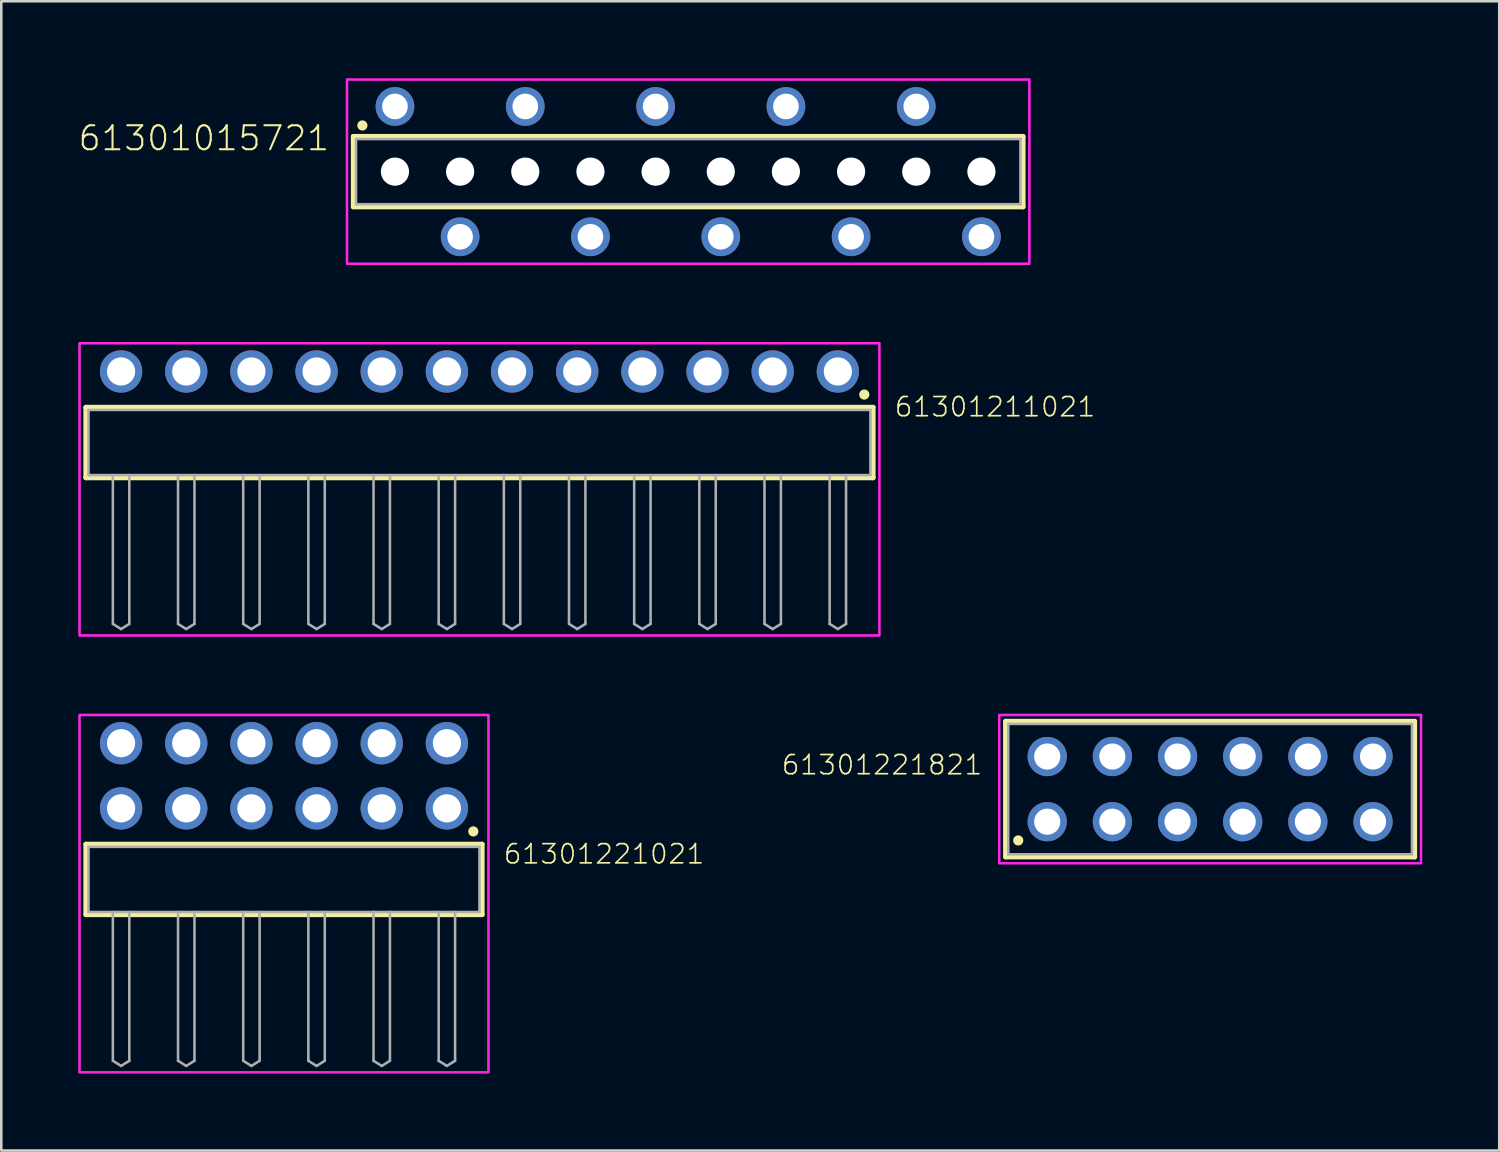
<source format=kicad_pcb>
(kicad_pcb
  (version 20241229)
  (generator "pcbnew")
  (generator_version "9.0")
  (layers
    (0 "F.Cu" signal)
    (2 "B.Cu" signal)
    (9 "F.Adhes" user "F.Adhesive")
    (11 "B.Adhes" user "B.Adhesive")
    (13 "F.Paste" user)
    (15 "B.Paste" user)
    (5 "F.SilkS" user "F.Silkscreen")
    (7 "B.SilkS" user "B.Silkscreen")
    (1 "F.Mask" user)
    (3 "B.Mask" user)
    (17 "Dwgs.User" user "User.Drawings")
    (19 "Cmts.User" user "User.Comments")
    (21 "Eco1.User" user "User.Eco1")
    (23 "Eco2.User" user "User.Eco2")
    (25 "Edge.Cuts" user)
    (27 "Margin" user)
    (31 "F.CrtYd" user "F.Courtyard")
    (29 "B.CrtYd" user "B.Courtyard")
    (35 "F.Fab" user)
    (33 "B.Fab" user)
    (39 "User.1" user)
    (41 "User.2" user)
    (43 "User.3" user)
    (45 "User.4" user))
  (footprint "61301221021"
    (layer "F.Cu")
    (at 8.02 31.23)
    (property "Reference" "61301221021" (at 8.515 -0.552 0) (unlocked yes) (layer "F.SilkS") (effects (font (size 0.748 0.748) (thickness 0.065)) (justify left bottom)))
    (fp_line (start -7.72 -1.37) (end 7.72 -1.37) (stroke (width 0.2) (type solid)) (layer "F.SilkS"))
    (fp_line (start -7.72 1.37) (end -7.72 -1.37) (stroke (width 0.2) (type solid)) (layer "F.SilkS"))
    (fp_line (start 7.72 -1.37) (end 7.72 1.37) (stroke (width 0.2) (type solid)) (layer "F.SilkS"))
    (fp_line (start 7.72 1.37) (end -7.72 1.37) (stroke (width 0.2) (type solid)) (layer "F.SilkS"))
    (fp_circle (center 7.38 -1.87) (end 7.48 -1.87) (stroke (width 0.2) (type solid)) (fill no) (layer "F.SilkS"))
    (fp_poly (pts (xy 7.97 7.52) (xy -7.97 7.52) (xy -7.97 -6.41) (xy 7.97 -6.41)) (stroke (width 0.1) (type default)) (fill no) (layer "F.CrtYd"))
    (fp_line (start -7.62 -1.27) (end 7.62 -1.27) (stroke (width 0.1) (type solid)) (layer "F.Fab"))
    (fp_line (start -7.62 1.27) (end -7.62 -1.27) (stroke (width 0.1) (type solid)) (layer "F.Fab"))
    (fp_line (start -6.67 1.27) (end -6.67 7.07) (stroke (width 0.1) (type solid)) (layer "F.Fab"))
    (fp_line (start -6.67 7.07) (end -6.35 7.27) (stroke (width 0.1) (type solid)) (layer "F.Fab"))
    (fp_line (start -6.35 7.27) (end -6.03 7.07) (stroke (width 0.1) (type solid)) (layer "F.Fab"))
    (fp_line (start -6.03 1.27) (end -6.03 7.07) (stroke (width 0.1) (type solid)) (layer "F.Fab"))
    (fp_line (start -4.13 1.27) (end -4.13 7.07) (stroke (width 0.1) (type solid)) (layer "F.Fab"))
    (fp_line (start -4.13 7.07) (end -3.81 7.27) (stroke (width 0.1) (type solid)) (layer "F.Fab"))
    (fp_line (start -3.81 7.27) (end -3.49 7.07) (stroke (width 0.1) (type solid)) (layer "F.Fab"))
    (fp_line (start -3.49 1.27) (end -3.49 7.07) (stroke (width 0.1) (type solid)) (layer "F.Fab"))
    (fp_line (start -1.59 1.27) (end -1.59 7.07) (stroke (width 0.1) (type solid)) (layer "F.Fab"))
    (fp_line (start -1.59 7.07) (end -1.27 7.27) (stroke (width 0.1) (type solid)) (layer "F.Fab"))
    (fp_line (start -1.27 7.27) (end -0.95 7.07) (stroke (width 0.1) (type solid)) (layer "F.Fab"))
    (fp_line (start -0.95 1.27) (end -0.95 7.07) (stroke (width 0.1) (type solid)) (layer "F.Fab"))
    (fp_line (start 0.95 1.27) (end 0.95 7.07) (stroke (width 0.1) (type solid)) (layer "F.Fab"))
    (fp_line (start 0.95 7.07) (end 1.27 7.27) (stroke (width 0.1) (type solid)) (layer "F.Fab"))
    (fp_line (start 1.27 7.27) (end 1.59 7.07) (stroke (width 0.1) (type solid)) (layer "F.Fab"))
    (fp_line (start 1.59 1.27) (end 1.59 7.07) (stroke (width 0.1) (type solid)) (layer "F.Fab"))
    (fp_line (start 3.49 1.27) (end -7.62 1.27) (stroke (width 0.1) (type solid)) (layer "F.Fab"))
    (fp_line (start 3.49 1.27) (end 3.49 7.07) (stroke (width 0.1) (type solid)) (layer "F.Fab"))
    (fp_line (start 3.49 7.07) (end 3.81 7.27) (stroke (width 0.1) (type solid)) (layer "F.Fab"))
    (fp_line (start 3.81 7.27) (end 4.13 7.07) (stroke (width 0.1) (type solid)) (layer "F.Fab"))
    (fp_line (start 4.13 1.27) (end 3.49 1.27) (stroke (width 0.1) (type solid)) (layer "F.Fab"))
    (fp_line (start 4.13 1.27) (end 4.13 7.07) (stroke (width 0.1) (type solid)) (layer "F.Fab"))
    (fp_line (start 6.03 1.27) (end 6.03 7.07) (stroke (width 0.1) (type solid)) (layer "F.Fab"))
    (fp_line (start 6.03 7.07) (end 6.35 7.27) (stroke (width 0.1) (type solid)) (layer "F.Fab"))
    (fp_line (start 6.35 7.27) (end 6.67 7.07) (stroke (width 0.1) (type solid)) (layer "F.Fab"))
    (fp_line (start 6.67 1.27) (end 6.67 7.07) (stroke (width 0.1) (type solid)) (layer "F.Fab"))
    (fp_line (start 7.62 -1.27) (end 7.62 1.27) (stroke (width 0.1) (type solid)) (layer "F.Fab"))
    (fp_line (start 7.62 1.27) (end 4.13 1.27) (stroke (width 0.1) (type solid)) (layer "F.Fab"))
    (pad "1" thru_hole circle (at 6.35 -2.77) (size 1.65 1.65) (drill 1.1) (layers "*.Cu" "*.Mask"))
    (pad "2" thru_hole circle (at 6.35 -5.31) (size 1.65 1.65) (drill 1.1) (layers "*.Cu" "*.Mask"))
    (pad "3" thru_hole circle (at 3.81 -2.77) (size 1.65 1.65) (drill 1.1) (layers "*.Cu" "*.Mask"))
    (pad "4" thru_hole circle (at 3.81 -5.31) (size 1.65 1.65) (drill 1.1) (layers "*.Cu" "*.Mask"))
    (pad "5" thru_hole circle (at 1.27 -2.77) (size 1.65 1.65) (drill 1.1) (layers "*.Cu" "*.Mask"))
    (pad "6" thru_hole circle (at 1.27 -5.31) (size 1.65 1.65) (drill 1.1) (layers "*.Cu" "*.Mask"))
    (pad "7" thru_hole circle (at -1.27 -2.77) (size 1.65 1.65) (drill 1.1) (layers "*.Cu" "*.Mask"))
    (pad "8" thru_hole circle (at -1.27 -5.31) (size 1.65 1.65) (drill 1.1) (layers "*.Cu" "*.Mask"))
    (pad "9" thru_hole circle (at -3.81 -2.77) (size 1.65 1.65) (drill 1.1) (layers "*.Cu" "*.Mask"))
    (pad "10" thru_hole circle (at -3.81 -5.31) (size 1.65 1.65) (drill 1.1) (layers "*.Cu" "*.Mask"))
    (pad "11" thru_hole circle (at -6.35 -2.77) (size 1.65 1.65) (drill 1.1) (layers "*.Cu" "*.Mask"))
    (pad "12" thru_hole circle (at -6.35 -5.31) (size 1.65 1.65) (drill 1.1) (layers "*.Cu" "*.Mask")))
  (footprint "61301211021"
    (layer "F.Cu")
    (at 15.64 14.2)
    (property "Reference" "61301211021" (at 16.135 -0.952 0) (unlocked yes) (layer "F.SilkS") (effects (font (size 0.748 0.748) (thickness 0.065)) (justify left bottom)))
    (fp_line (start -15.34 -1.37) (end 15.34 -1.37) (stroke (width 0.2) (type solid)) (layer "F.SilkS"))
    (fp_line (start -15.34 1.37) (end -15.34 -1.37) (stroke (width 0.2) (type solid)) (layer "F.SilkS"))
    (fp_line (start 15.34 -1.37) (end 15.34 1.37) (stroke (width 0.2) (type solid)) (layer "F.SilkS"))
    (fp_line (start 15.34 1.37) (end -15.34 1.37) (stroke (width 0.2) (type solid)) (layer "F.SilkS"))
    (fp_circle (center 15 -1.87) (end 15.1 -1.87) (stroke (width 0.2) (type solid)) (fill no) (layer "F.SilkS"))
    (fp_poly (pts (xy 15.59 7.52) (xy -15.59 7.52) (xy -15.59 -3.87) (xy 15.59 -3.87)) (stroke (width 0.1) (type default)) (fill no) (layer "F.CrtYd"))
    (fp_line (start -15.24 -1.27) (end 15.24 -1.27) (stroke (width 0.1) (type solid)) (layer "F.Fab"))
    (fp_line (start -15.24 1.27) (end -15.24 -1.27) (stroke (width 0.1) (type solid)) (layer "F.Fab"))
    (fp_line (start -14.29 1.27) (end -14.29 7.07) (stroke (width 0.1) (type solid)) (layer "F.Fab"))
    (fp_line (start -14.29 7.07) (end -13.97 7.27) (stroke (width 0.1) (type solid)) (layer "F.Fab"))
    (fp_line (start -13.97 7.27) (end -13.65 7.07) (stroke (width 0.1) (type solid)) (layer "F.Fab"))
    (fp_line (start -13.65 1.27) (end -13.65 7.07) (stroke (width 0.1) (type solid)) (layer "F.Fab"))
    (fp_line (start -11.75 1.27) (end -11.75 7.07) (stroke (width 0.1) (type solid)) (layer "F.Fab"))
    (fp_line (start -11.75 7.07) (end -11.43 7.27) (stroke (width 0.1) (type solid)) (layer "F.Fab"))
    (fp_line (start -11.43 7.27) (end -11.11 7.07) (stroke (width 0.1) (type solid)) (layer "F.Fab"))
    (fp_line (start -11.11 1.27) (end -11.11 7.07) (stroke (width 0.1) (type solid)) (layer "F.Fab"))
    (fp_line (start -9.21 1.27) (end -9.21 7.07) (stroke (width 0.1) (type solid)) (layer "F.Fab"))
    (fp_line (start -9.21 7.07) (end -8.89 7.27) (stroke (width 0.1) (type solid)) (layer "F.Fab"))
    (fp_line (start -8.89 7.27) (end -8.57 7.07) (stroke (width 0.1) (type solid)) (layer "F.Fab"))
    (fp_line (start -8.57 1.27) (end -8.57 7.07) (stroke (width 0.1) (type solid)) (layer "F.Fab"))
    (fp_line (start -6.67 1.27) (end -6.67 7.07) (stroke (width 0.1) (type solid)) (layer "F.Fab"))
    (fp_line (start -6.67 7.07) (end -6.35 7.27) (stroke (width 0.1) (type solid)) (layer "F.Fab"))
    (fp_line (start -6.35 7.27) (end -6.03 7.07) (stroke (width 0.1) (type solid)) (layer "F.Fab"))
    (fp_line (start -6.03 1.27) (end -6.03 7.07) (stroke (width 0.1) (type solid)) (layer "F.Fab"))
    (fp_line (start -4.13 1.27) (end -4.13 7.07) (stroke (width 0.1) (type solid)) (layer "F.Fab"))
    (fp_line (start -4.13 7.07) (end -3.81 7.27) (stroke (width 0.1) (type solid)) (layer "F.Fab"))
    (fp_line (start -3.81 7.27) (end -3.49 7.07) (stroke (width 0.1) (type solid)) (layer "F.Fab"))
    (fp_line (start -3.49 1.27) (end -3.49 7.07) (stroke (width 0.1) (type solid)) (layer "F.Fab"))
    (fp_line (start -1.59 1.27) (end -1.59 7.07) (stroke (width 0.1) (type solid)) (layer "F.Fab"))
    (fp_line (start -1.59 7.07) (end -1.27 7.27) (stroke (width 0.1) (type solid)) (layer "F.Fab"))
    (fp_line (start -1.27 7.27) (end -0.95 7.07) (stroke (width 0.1) (type solid)) (layer "F.Fab"))
    (fp_line (start -0.95 1.27) (end -0.95 7.07) (stroke (width 0.1) (type solid)) (layer "F.Fab"))
    (fp_line (start 0.95 1.27) (end 0.95 7.07) (stroke (width 0.1) (type solid)) (layer "F.Fab"))
    (fp_line (start 0.95 7.07) (end 1.27 7.27) (stroke (width 0.1) (type solid)) (layer "F.Fab"))
    (fp_line (start 1.27 7.27) (end 1.59 7.07) (stroke (width 0.1) (type solid)) (layer "F.Fab"))
    (fp_line (start 1.59 1.27) (end 1.59 7.07) (stroke (width 0.1) (type solid)) (layer "F.Fab"))
    (fp_line (start 3.49 1.27) (end 3.49 7.07) (stroke (width 0.1) (type solid)) (layer "F.Fab"))
    (fp_line (start 3.49 7.07) (end 3.81 7.27) (stroke (width 0.1) (type solid)) (layer "F.Fab"))
    (fp_line (start 3.81 7.27) (end 4.13 7.07) (stroke (width 0.1) (type solid)) (layer "F.Fab"))
    (fp_line (start 4.13 1.27) (end 4.13 7.07) (stroke (width 0.1) (type solid)) (layer "F.Fab"))
    (fp_line (start 6.03 1.27) (end 6.03 7.07) (stroke (width 0.1) (type solid)) (layer "F.Fab"))
    (fp_line (start 6.03 7.07) (end 6.35 7.27) (stroke (width 0.1) (type solid)) (layer "F.Fab"))
    (fp_line (start 6.35 7.27) (end 6.67 7.07) (stroke (width 0.1) (type solid)) (layer "F.Fab"))
    (fp_line (start 6.67 1.27) (end 6.67 7.07) (stroke (width 0.1) (type solid)) (layer "F.Fab"))
    (fp_line (start 8.57 1.27) (end 8.57 7.07) (stroke (width 0.1) (type solid)) (layer "F.Fab"))
    (fp_line (start 8.57 7.07) (end 8.89 7.27) (stroke (width 0.1) (type solid)) (layer "F.Fab"))
    (fp_line (start 8.89 7.27) (end 9.21 7.07) (stroke (width 0.1) (type solid)) (layer "F.Fab"))
    (fp_line (start 9.21 1.27) (end 9.21 7.07) (stroke (width 0.1) (type solid)) (layer "F.Fab"))
    (fp_line (start 11.11 1.27) (end -15.24 1.27) (stroke (width 0.1) (type solid)) (layer "F.Fab"))
    (fp_line (start 11.11 1.27) (end 11.11 7.07) (stroke (width 0.1) (type solid)) (layer "F.Fab"))
    (fp_line (start 11.11 7.07) (end 11.43 7.27) (stroke (width 0.1) (type solid)) (layer "F.Fab"))
    (fp_line (start 11.43 7.27) (end 11.75 7.07) (stroke (width 0.1) (type solid)) (layer "F.Fab"))
    (fp_line (start 11.75 1.27) (end 11.11 1.27) (stroke (width 0.1) (type solid)) (layer "F.Fab"))
    (fp_line (start 11.75 1.27) (end 11.75 7.07) (stroke (width 0.1) (type solid)) (layer "F.Fab"))
    (fp_line (start 13.65 1.27) (end 13.65 7.07) (stroke (width 0.1) (type solid)) (layer "F.Fab"))
    (fp_line (start 13.65 7.07) (end 13.97 7.27) (stroke (width 0.1) (type solid)) (layer "F.Fab"))
    (fp_line (start 13.97 7.27) (end 14.29 7.07) (stroke (width 0.1) (type solid)) (layer "F.Fab"))
    (fp_line (start 14.29 1.27) (end 14.29 7.07) (stroke (width 0.1) (type solid)) (layer "F.Fab"))
    (fp_line (start 15.24 -1.27) (end 15.24 1.27) (stroke (width 0.1) (type solid)) (layer "F.Fab"))
    (fp_line (start 15.24 1.27) (end 11.75 1.27) (stroke (width 0.1) (type solid)) (layer "F.Fab"))
    (pad "1" thru_hole circle (at 13.97 -2.77 180) (size 1.65 1.65) (drill 1.1) (layers "*.Cu" "*.Mask"))
    (pad "2" thru_hole circle (at 11.43 -2.77 180) (size 1.65 1.65) (drill 1.1) (layers "*.Cu" "*.Mask"))
    (pad "3" thru_hole circle (at 8.89 -2.77 180) (size 1.65 1.65) (drill 1.1) (layers "*.Cu" "*.Mask"))
    (pad "4" thru_hole circle (at 6.35 -2.77 180) (size 1.65 1.65) (drill 1.1) (layers "*.Cu" "*.Mask"))
    (pad "5" thru_hole circle (at 3.81 -2.77 180) (size 1.65 1.65) (drill 1.1) (layers "*.Cu" "*.Mask"))
    (pad "6" thru_hole circle (at 1.27 -2.77 180) (size 1.65 1.65) (drill 1.1) (layers "*.Cu" "*.Mask"))
    (pad "7" thru_hole circle (at -1.27 -2.77 180) (size 1.65 1.65) (drill 1.1) (layers "*.Cu" "*.Mask"))
    (pad "8" thru_hole circle (at -3.81 -2.77 180) (size 1.65 1.65) (drill 1.1) (layers "*.Cu" "*.Mask"))
    (pad "9" thru_hole circle (at -6.35 -2.77 180) (size 1.65 1.65) (drill 1.1) (layers "*.Cu" "*.Mask"))
    (pad "10" thru_hole circle (at -8.89 -2.77 180) (size 1.65 1.65) (drill 1.1) (layers "*.Cu" "*.Mask"))
    (pad "11" thru_hole circle (at -11.43 -2.77 180) (size 1.65 1.65) (drill 1.1) (layers "*.Cu" "*.Mask"))
    (pad "12" thru_hole circle (at -13.97 -2.77 180) (size 1.65 1.65) (drill 1.1) (layers "*.Cu" "*.Mask")))
  (footprint "61301015721"
    (layer "F.Cu")
    (at 23.776 3.64)
    (property "Reference" "61301015721" (at -13.927 -0.754 0) (unlocked yes) (layer "F.SilkS") (effects (font (size 0.935 0.935) (thickness 0.081)) (justify right bottom)))
    (fp_line (start -13.05 -1.37) (end 13.05 -1.37) (stroke (width 0.2) (type solid)) (layer "F.SilkS"))
    (fp_line (start -13.05 1.37) (end -13.05 -1.37) (stroke (width 0.2) (type solid)) (layer "F.SilkS"))
    (fp_line (start 13.05 -1.37) (end 13.05 1.37) (stroke (width 0.2) (type solid)) (layer "F.SilkS"))
    (fp_line (start 13.05 1.37) (end -13.05 1.37) (stroke (width 0.2) (type solid)) (layer "F.SilkS"))
    (fp_circle (center -12.7 -1.8) (end -12.6 -1.8) (stroke (width 0.2) (type solid)) (fill no) (layer "F.SilkS"))
    (fp_poly (pts (xy 13.3 3.59) (xy -13.3 3.59) (xy -13.3 -3.59) (xy 13.3 -3.59)) (stroke (width 0.1) (type default)) (fill no) (layer "F.CrtYd"))
    (fp_line (start -12.95 -1.27) (end 12.95 -1.27) (stroke (width 0.1) (type solid)) (layer "F.Fab"))
    (fp_line (start -12.95 1.27) (end -12.95 -1.27) (stroke (width 0.1) (type solid)) (layer "F.Fab"))
    (fp_line (start 12.95 -1.27) (end 12.95 1.27) (stroke (width 0.1) (type solid)) (layer "F.Fab"))
    (fp_line (start 12.95 1.27) (end -12.95 1.27) (stroke (width 0.1) (type solid)) (layer "F.Fab"))
    (pad "" np_thru_hole circle (at -11.43 0) (size 1.1 1.1) (drill 1.1) (layers "*.Cu" "*.Mask"))
    (pad "" np_thru_hole circle (at -8.89 0) (size 1.1 1.1) (drill 1.1) (layers "*.Cu" "*.Mask"))
    (pad "" np_thru_hole circle (at -6.35 0) (size 1.1 1.1) (drill 1.1) (layers "*.Cu" "*.Mask"))
    (pad "" np_thru_hole circle (at -3.81 0) (size 1.1 1.1) (drill 1.1) (layers "*.Cu" "*.Mask"))
    (pad "" np_thru_hole circle (at -1.27 0) (size 1.1 1.1) (drill 1.1) (layers "*.Cu" "*.Mask"))
    (pad "" np_thru_hole circle (at 1.27 0) (size 1.1 1.1) (drill 1.1) (layers "*.Cu" "*.Mask"))
    (pad "" np_thru_hole circle (at 3.81 0) (size 1.1 1.1) (drill 1.1) (layers "*.Cu" "*.Mask"))
    (pad "" np_thru_hole circle (at 6.35 0) (size 1.1 1.1) (drill 1.1) (layers "*.Cu" "*.Mask"))
    (pad "" np_thru_hole circle (at 8.89 0) (size 1.1 1.1) (drill 1.1) (layers "*.Cu" "*.Mask"))
    (pad "" np_thru_hole circle (at 11.43 0) (size 1.1 1.1) (drill 1.1) (layers "*.Cu" "*.Mask"))
    (pad "1" thru_hole circle (at -11.43 -2.54) (size 1.508 1.508) (drill 1) (layers "*.Cu" "*.Mask"))
    (pad "2" thru_hole circle (at -8.89 2.54) (size 1.508 1.508) (drill 1) (layers "*.Cu" "*.Mask"))
    (pad "3" thru_hole circle (at -6.35 -2.54) (size 1.508 1.508) (drill 1) (layers "*.Cu" "*.Mask"))
    (pad "4" thru_hole circle (at -3.81 2.54) (size 1.508 1.508) (drill 1) (layers "*.Cu" "*.Mask"))
    (pad "5" thru_hole circle (at -1.27 -2.54) (size 1.508 1.508) (drill 1) (layers "*.Cu" "*.Mask"))
    (pad "6" thru_hole circle (at 1.27 2.54) (size 1.508 1.508) (drill 1) (layers "*.Cu" "*.Mask"))
    (pad "7" thru_hole circle (at 3.81 -2.54) (size 1.508 1.508) (drill 1) (layers "*.Cu" "*.Mask"))
    (pad "8" thru_hole circle (at 6.35 2.54) (size 1.508 1.508) (drill 1) (layers "*.Cu" "*.Mask"))
    (pad "9" thru_hole circle (at 8.89 -2.54) (size 1.508 1.508) (drill 1) (layers "*.Cu" "*.Mask"))
    (pad "10" thru_hole circle (at 11.43 2.54) (size 1.508 1.508) (drill 1) (layers "*.Cu" "*.Mask")))
  (footprint "61301221821"
    (layer "F.Cu")
    (at 44.121 27.71)
    (property "Reference" "61301221821" (at -8.828 -0.506 0) (unlocked yes) (layer "F.SilkS") (effects (font (size 0.748 0.748) (thickness 0.065)) (justify right bottom)))
    (fp_line (start -7.97 -2.64) (end 7.97 -2.64) (stroke (width 0.2) (type solid)) (layer "F.SilkS"))
    (fp_line (start -7.97 2.64) (end -7.97 -2.64) (stroke (width 0.2) (type solid)) (layer "F.SilkS"))
    (fp_line (start 7.97 -2.64) (end 7.97 2.64) (stroke (width 0.2) (type solid)) (layer "F.SilkS"))
    (fp_line (start 7.97 2.64) (end -7.97 2.64) (stroke (width 0.2) (type solid)) (layer "F.SilkS"))
    (fp_circle (center -7.48 2) (end -7.38 2) (stroke (width 0.2) (type solid)) (fill no) (layer "F.SilkS"))
    (fp_poly (pts (xy 8.22 2.89) (xy -8.22 2.89) (xy -8.22 -2.89) (xy 8.22 -2.89)) (stroke (width 0.1) (type default)) (fill no) (layer "F.CrtYd"))
    (fp_line (start -7.87 -2.54) (end -7.87 2.54) (stroke (width 0.1) (type solid)) (layer "F.Fab"))
    (fp_line (start -7.87 2.54) (end 7.87 2.54) (stroke (width 0.1) (type solid)) (layer "F.Fab"))
    (fp_line (start 7.87 -2.54) (end -7.87 -2.54) (stroke (width 0.1) (type solid)) (layer "F.Fab"))
    (fp_line (start 7.87 2.54) (end 7.87 -2.54) (stroke (width 0.1) (type solid)) (layer "F.Fab"))
    (pad "1" thru_hole circle (at -6.35 1.27) (size 1.53 1.53) (drill 1.02) (layers "*.Cu" "*.Mask"))
    (pad "2" thru_hole circle (at -6.35 -1.27) (size 1.53 1.53) (drill 1.02) (layers "*.Cu" "*.Mask"))
    (pad "3" thru_hole circle (at -3.81 1.27) (size 1.53 1.53) (drill 1.02) (layers "*.Cu" "*.Mask"))
    (pad "4" thru_hole circle (at -3.81 -1.27) (size 1.53 1.53) (drill 1.02) (layers "*.Cu" "*.Mask"))
    (pad "5" thru_hole circle (at -1.27 1.27) (size 1.53 1.53) (drill 1.02) (layers "*.Cu" "*.Mask"))
    (pad "6" thru_hole circle (at -1.27 -1.27) (size 1.53 1.53) (drill 1.02) (layers "*.Cu" "*.Mask"))
    (pad "7" thru_hole circle (at 1.27 1.27) (size 1.53 1.53) (drill 1.02) (layers "*.Cu" "*.Mask"))
    (pad "8" thru_hole circle (at 1.27 -1.27) (size 1.53 1.53) (drill 1.02) (layers "*.Cu" "*.Mask"))
    (pad "9" thru_hole circle (at 3.81 1.27) (size 1.53 1.53) (drill 1.02) (layers "*.Cu" "*.Mask"))
    (pad "10" thru_hole circle (at 3.81 -1.27) (size 1.53 1.53) (drill 1.02) (layers "*.Cu" "*.Mask"))
    (pad "11" thru_hole circle (at 6.35 1.27) (size 1.53 1.53) (drill 1.02) (layers "*.Cu" "*.Mask"))
    (pad "12" thru_hole circle (at 6.35 -1.27) (size 1.53 1.53) (drill 1.02) (layers "*.Cu" "*.Mask")))
  (gr_rect
    (start -3 -3)
    (end 55.391 41.8)
    (stroke (width 0.1) (type default))
    (fill no)
    (layer "Edge.Cuts")))
</source>
